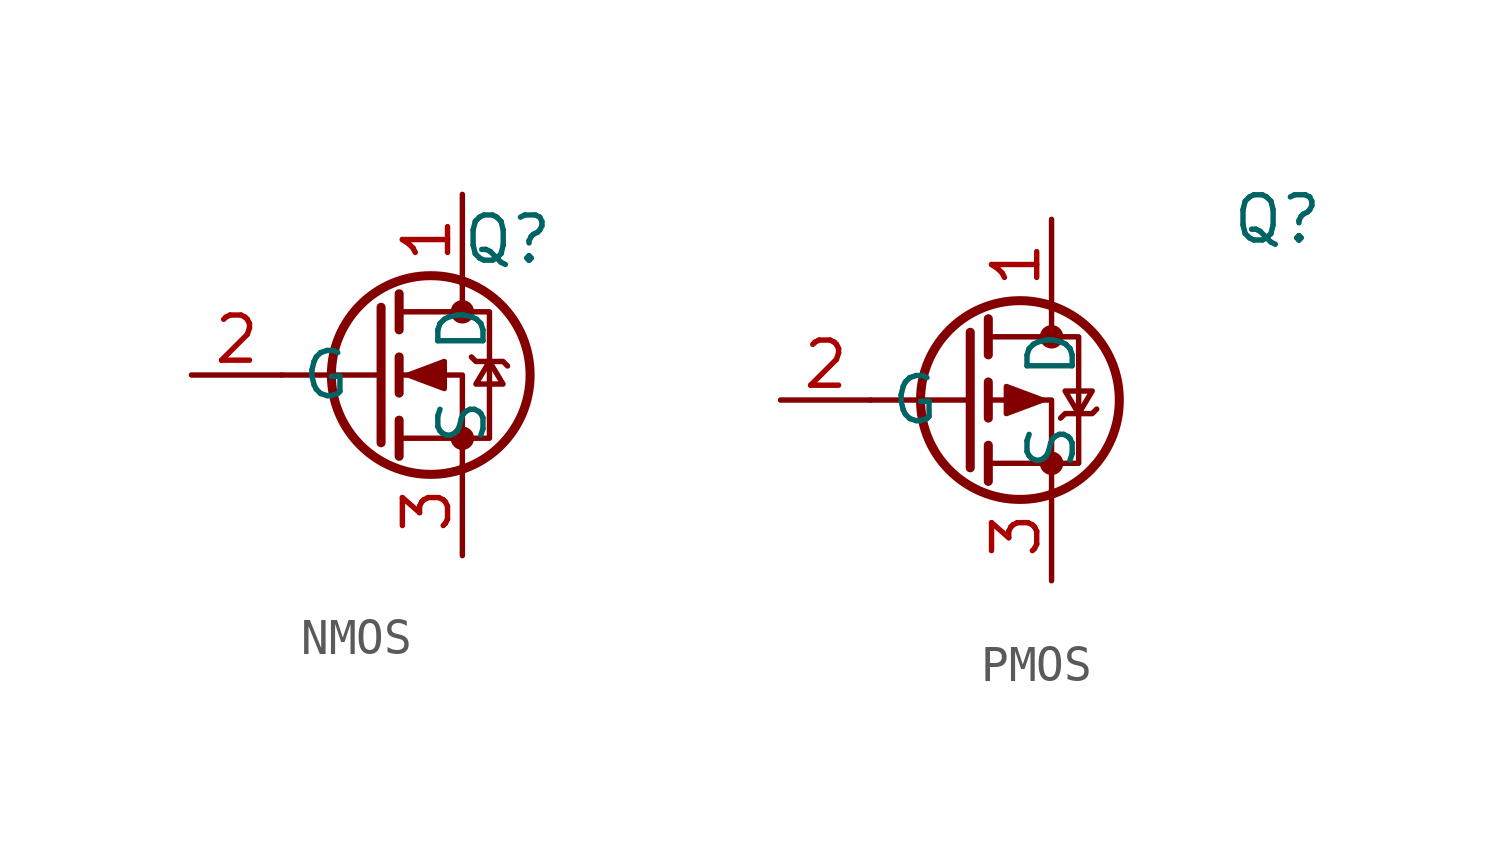
<source format=kicad_sym>
(kicad_symbol_lib
  (version 20220914)
  (generator kicad_symbol_editor)
  (symbol "NMOS"
    (property "Reference" "Q"
      (at 2.54 3.81 0)
      (effects (font (size 1.27 1.27))))
    (property "Value" ""
      (at 0 0 0)
      (effects (font (size 1.27 1.27))))
    (symbol "NMOS_0_1"
      (polyline (pts (xy -1.016 0) (xy -3.81 0)) (stroke (width 0) (type default)) (fill (type none)))
      (polyline (pts (xy -1.016 1.905) (xy -1.016 -1.905)) (stroke (width 0.254) (type default)) (fill (type none)))
      (polyline (pts (xy -0.508 -1.27) (xy -0.508 -2.286)) (stroke (width 0.254) (type default)) (fill (type none)))
      (polyline (pts (xy -0.508 0.508) (xy -0.508 -0.508)) (stroke (width 0.254) (type default)) (fill (type none)))
      (polyline (pts (xy -0.508 2.286) (xy -0.508 1.27)) (stroke (width 0.254) (type default)) (fill (type none)))
      (polyline (pts (xy 1.27 2.54) (xy 1.27 1.778)) (stroke (width 0) (type default)) (fill (type none)))
      (polyline (pts (xy 1.27 -2.54) (xy 1.27 0) (xy -0.508 0)) (stroke (width 0) (type default)) (fill (type none)))
      (polyline (pts (xy -0.508 -1.778) (xy 2.032 -1.778) (xy 2.032 1.778) (xy -0.508 1.778)) (stroke (width 0) (type default)) (fill (type none)))
      (polyline (pts (xy -0.254 0) (xy 0.762 0.381) (xy 0.762 -0.381) (xy -0.254 0)) (stroke (width 0) (type default)) (fill (type outline)))
      (polyline (pts (xy 1.524 0.508) (xy 1.651 0.381) (xy 2.413 0.381) (xy 2.54 0.254)) (stroke (width 0) (type default)) (fill (type none)))
      (polyline (pts (xy 2.032 0.381) (xy 1.651 -0.254) (xy 2.413 -0.254) (xy 2.032 0.381)) (stroke (width 0) (type default)) (fill (type none)))
      (circle (center 0.381 0) (radius 2.794) (stroke (width 0.254) (type default)) (fill (type none)))
      (circle (center 1.27 -1.778) (radius 0.254) (stroke (width 0) (type default)) (fill (type outline)))
      (circle (center 1.27 1.778) (radius 0.254) (stroke (width 0) (type default)) (fill (type outline))))
    (symbol "NMOS_1_1"
      (pin passive line (at 1.27 5.08 270) (length 2.54) (name "D" (effects (font (size 1.27 1.27)))) (number "1" (effects (font (size 1.27 1.27)))))
      (pin input line (at -6.35 0 0) (length 2.54) (name "G" (effects (font (size 1.27 1.27)))) (number "2" (effects (font (size 1.27 1.27)))))
      (pin passive line (at 1.27 -5.08 90) (length 2.54) (name "S" (effects (font (size 1.27 1.27)))) (number "3" (effects (font (size 1.27 1.27)))))))
  (symbol "PMOS"
    (property "Reference" "Q"
      (at 6.35 5.08 0)
      (effects (font (size 1.27 1.27))))
    (property "Value" ""
      (at 0 0 0)
      (effects (font (size 1.27 1.27))))
    (symbol "PMOS_0_1"
      (circle (center -0.889 0) (radius 2.794) (stroke (width 0.254) (type default)) (fill (type none)))
      (circle (center 0 -1.778) (radius 0.254) (stroke (width 0) (type default)) (fill (type outline)))
      (polyline (pts (xy -2.286 0) (xy -5.08 0)) (stroke (width 0) (type default)) (fill (type none)))
      (polyline (pts (xy -2.286 1.905) (xy -2.286 -1.905)) (stroke (width 0.254) (type default)) (fill (type none)))
      (polyline (pts (xy -1.778 -1.27) (xy -1.778 -2.286)) (stroke (width 0.254) (type default)) (fill (type none)))
      (polyline (pts (xy -1.778 0.508) (xy -1.778 -0.508)) (stroke (width 0.254) (type default)) (fill (type none)))
      (polyline (pts (xy -1.778 2.286) (xy -1.778 1.27)) (stroke (width 0.254) (type default)) (fill (type none)))
      (polyline (pts (xy 0 2.54) (xy 0 1.778)) (stroke (width 0) (type default)) (fill (type none)))
      (polyline (pts (xy 0 -2.54) (xy 0 0) (xy -1.778 0)) (stroke (width 0) (type default)) (fill (type none)))
      (polyline (pts (xy -1.778 1.778) (xy 0.762 1.778) (xy 0.762 -1.778) (xy -1.778 -1.778)) (stroke (width 0) (type default)) (fill (type none)))
      (polyline (pts (xy -0.254 0) (xy -1.27 0.381) (xy -1.27 -0.381) (xy -0.254 0)) (stroke (width 0) (type default)) (fill (type outline)))
      (polyline (pts (xy 0.254 -0.508) (xy 0.381 -0.381) (xy 1.143 -0.381) (xy 1.27 -0.254)) (stroke (width 0) (type default)) (fill (type none)))
      (polyline (pts (xy 0.762 -0.381) (xy 0.381 0.254) (xy 1.143 0.254) (xy 0.762 -0.381)) (stroke (width 0) (type default)) (fill (type none)))
      (circle (center 0 1.778) (radius 0.254) (stroke (width 0) (type default)) (fill (type outline))))
    (symbol "PMOS_1_1"
      (pin passive line (at 0 5.08 270) (length 2.54) (name "D" (effects (font (size 1.27 1.27)))) (number "1" (effects (font (size 1.27 1.27)))))
      (pin input line (at -7.62 0 0) (length 2.54) (name "G" (effects (font (size 1.27 1.27)))) (number "2" (effects (font (size 1.27 1.27)))))
      (pin passive line (at 0 -5.08 90) (length 2.54) (name "S" (effects (font (size 1.27 1.27)))) (number "3" (effects (font (size 1.27 1.27))))))))
</source>
